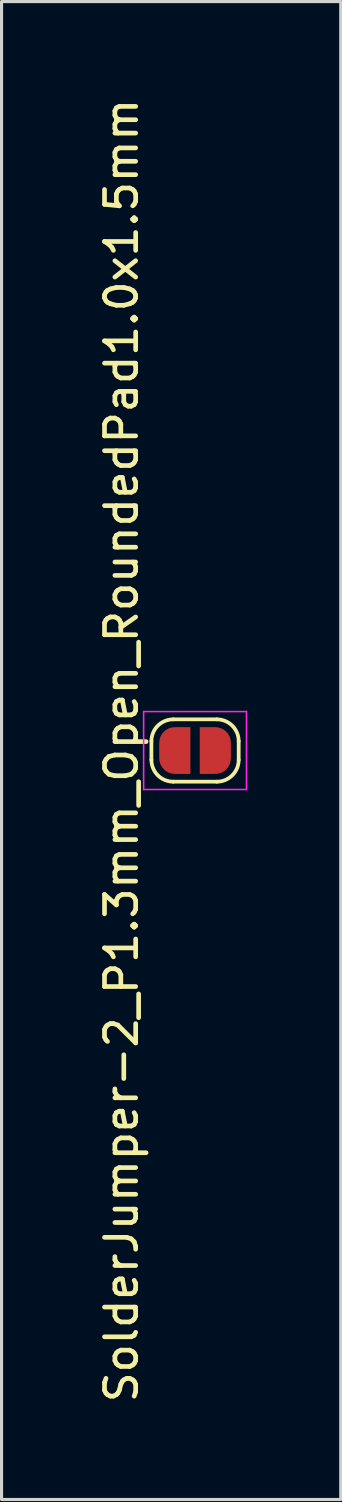
<source format=kicad_pcb>
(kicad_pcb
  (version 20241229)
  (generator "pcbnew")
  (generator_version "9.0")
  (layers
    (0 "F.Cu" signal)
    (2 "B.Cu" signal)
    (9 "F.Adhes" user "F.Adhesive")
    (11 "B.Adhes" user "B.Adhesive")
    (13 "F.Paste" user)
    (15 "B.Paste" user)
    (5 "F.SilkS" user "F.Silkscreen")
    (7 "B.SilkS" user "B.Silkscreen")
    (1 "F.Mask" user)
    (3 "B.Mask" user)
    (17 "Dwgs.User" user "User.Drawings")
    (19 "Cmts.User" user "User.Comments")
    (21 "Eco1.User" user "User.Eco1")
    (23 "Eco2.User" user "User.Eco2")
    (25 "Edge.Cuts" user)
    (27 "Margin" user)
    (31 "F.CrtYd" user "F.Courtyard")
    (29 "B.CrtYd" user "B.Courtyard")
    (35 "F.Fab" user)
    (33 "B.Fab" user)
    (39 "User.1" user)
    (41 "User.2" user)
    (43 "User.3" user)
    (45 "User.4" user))
  (footprint "SolderJumper-2_P1.3mm_Open_RoundedPad1.0x1.5mm"
    (layer "F.Cu")
    (at 3.208 21.03)
    (property "Reference" "SolderJumper-2_P1.3mm_Open_RoundedPad1.0x1.5mm" (at -2.36 0 90) (layer "F.SilkS") (effects (font (size 1 1) (thickness 0.15))))
    (attr exclude_from_pos_files exclude_from_bom)
    (fp_line (start -1.4 0.3) (end -1.4 -0.3) (stroke (width 0.12) (type solid)) (layer "F.SilkS"))
    (fp_line (start -0.7 -1) (end 0.7 -1) (stroke (width 0.12) (type solid)) (layer "F.SilkS"))
    (fp_line (start 0.7 1) (end -0.7 1) (stroke (width 0.12) (type solid)) (layer "F.SilkS"))
    (fp_line (start 1.4 -0.3) (end 1.4 0.3) (stroke (width 0.12) (type solid)) (layer "F.SilkS"))
    (fp_arc (start -1.4 -0.3) (mid -1.194975 -0.794975) (end -0.7 -1) (stroke (width 0.12) (type solid)) (layer "F.SilkS"))
    (fp_arc (start -0.7 1) (mid -1.194975 0.794975) (end -1.4 0.3) (stroke (width 0.12) (type solid)) (layer "F.SilkS"))
    (fp_arc (start 0.7 -1) (mid 1.194975 -0.794975) (end 1.4 -0.3) (stroke (width 0.12) (type solid)) (layer "F.SilkS"))
    (fp_arc (start 1.4 0.3) (mid 1.194975 0.794975) (end 0.7 1) (stroke (width 0.12) (type solid)) (layer "F.SilkS"))
    (fp_line (start -1.65 -1.25) (end -1.65 1.25) (stroke (width 0.05) (type solid)) (layer "F.CrtYd"))
    (fp_line (start -1.65 -1.25) (end 1.65 -1.25) (stroke (width 0.05) (type solid)) (layer "F.CrtYd"))
    (fp_line (start 1.65 1.25) (end -1.65 1.25) (stroke (width 0.05) (type solid)) (layer "F.CrtYd"))
    (fp_line (start 1.65 1.25) (end 1.65 -1.25) (stroke (width 0.05) (type solid)) (layer "F.CrtYd"))
    (pad "1" smd custom (at -0.65 0) (size 1 0.5) (layers "F.Cu" "F.Mask") (options (anchor rect)) (primitives (gr_circle (center 0 0.25) (end 0.5 0.25) (width 0) (fill yes)) (gr_circle (center 0 -0.25) (end 0.5 -0.25) (width 0) (fill yes)) (gr_poly (pts (xy 0 -0.75) (xy 0.5 -0.75) (xy 0.5 0.75) (xy 0 0.75)) (width 0) (fill yes))))
    (pad "2" smd custom (at 0.65 0) (size 1 0.5) (layers "F.Cu" "F.Mask") (options (anchor rect)) (primitives (gr_circle (center 0 0.25) (end 0.5 0.25) (width 0) (fill yes)) (gr_circle (center 0 -0.25) (end 0.5 -0.25) (width 0) (fill yes)) (gr_poly (pts (xy 0 -0.75) (xy -0.5 -0.75) (xy -0.5 0.75) (xy 0 0.75)) (width 0) (fill yes)))))
  (gr_rect
    (start -3 -3)
    (end 7.883 45.06)
    (stroke (width 0.1) (type default))
    (fill no)
    (layer "Edge.Cuts")))
</source>
